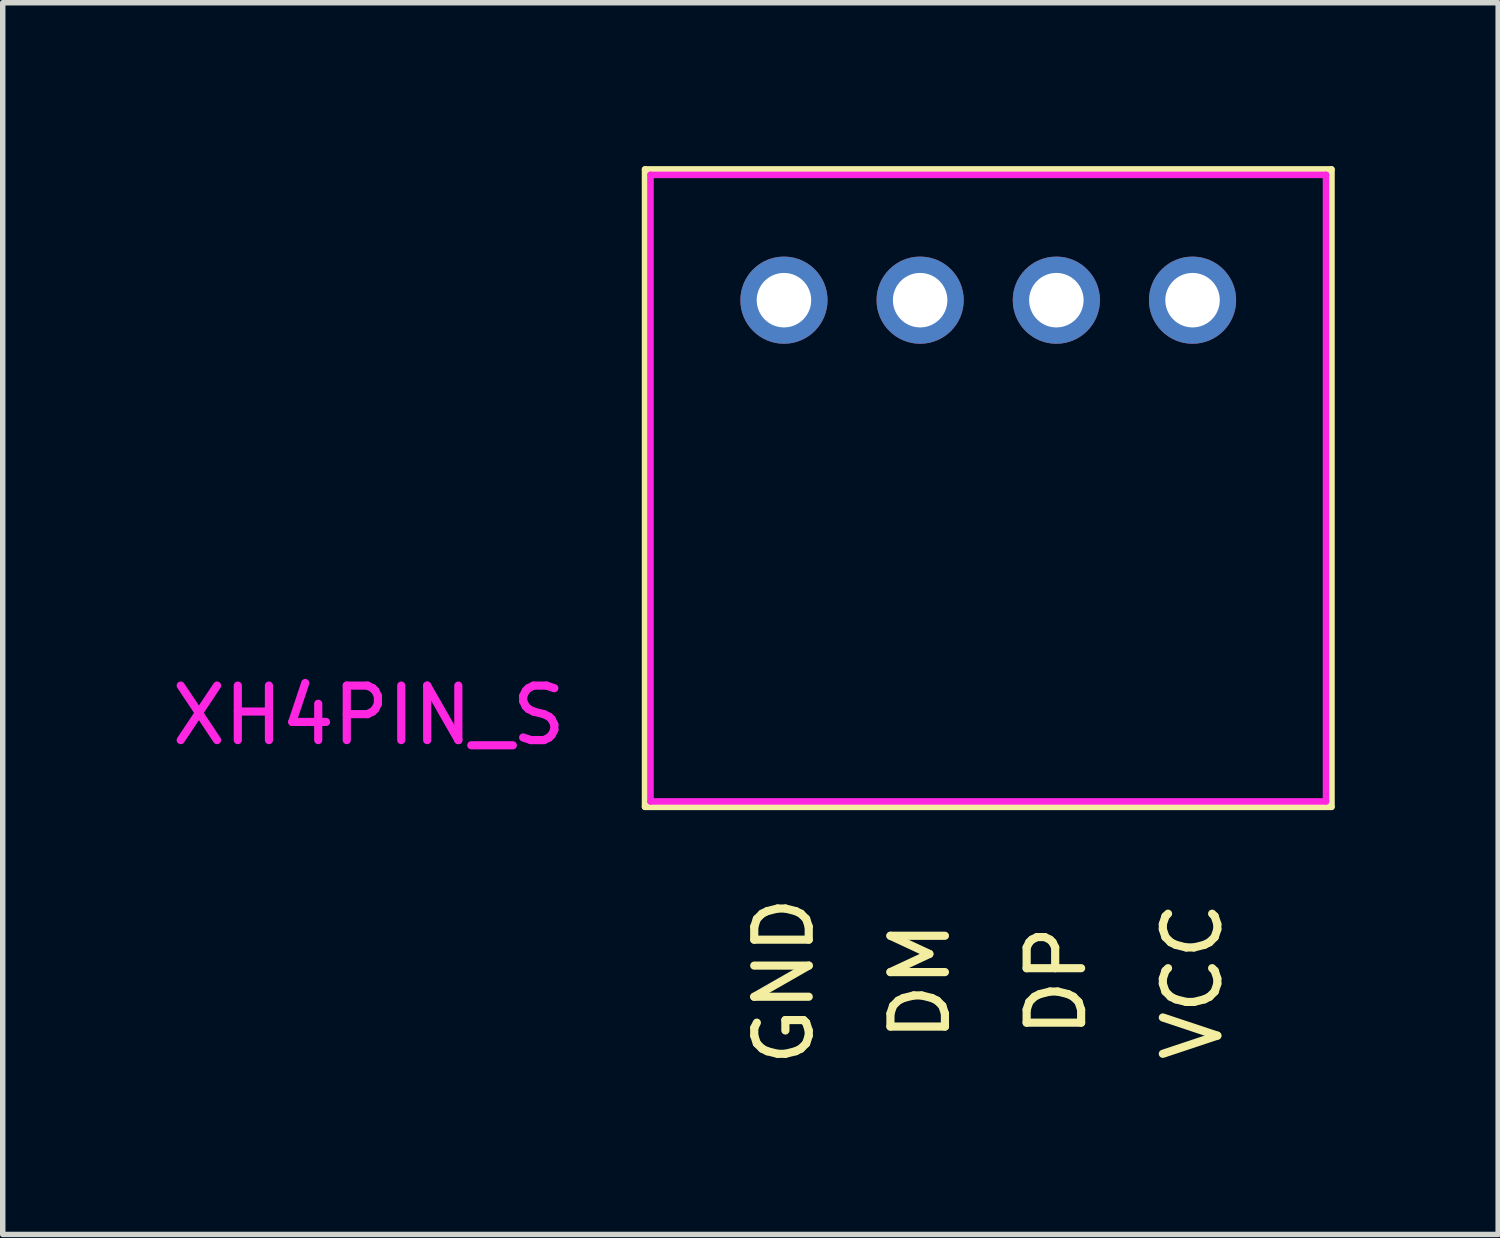
<source format=kicad_pcb>
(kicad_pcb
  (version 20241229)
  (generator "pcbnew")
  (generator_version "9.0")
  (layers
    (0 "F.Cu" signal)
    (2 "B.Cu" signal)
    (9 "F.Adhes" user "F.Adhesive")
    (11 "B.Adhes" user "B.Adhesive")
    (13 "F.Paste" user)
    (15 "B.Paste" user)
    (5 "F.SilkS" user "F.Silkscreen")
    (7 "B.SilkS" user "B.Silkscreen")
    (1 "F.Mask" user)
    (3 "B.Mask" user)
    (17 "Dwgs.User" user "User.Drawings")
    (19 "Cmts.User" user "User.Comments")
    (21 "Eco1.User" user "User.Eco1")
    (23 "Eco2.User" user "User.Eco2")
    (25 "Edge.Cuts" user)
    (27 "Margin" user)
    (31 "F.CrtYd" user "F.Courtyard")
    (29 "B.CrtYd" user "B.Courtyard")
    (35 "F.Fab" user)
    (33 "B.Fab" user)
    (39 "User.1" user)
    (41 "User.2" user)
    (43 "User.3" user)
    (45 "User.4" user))
  (footprint "XH4PIN_S"
    (layer "F.Cu")
    (at 11.34 2.46)
    (property "Reference" "XH4PIN_S" (at -7.62 7.62 0) (layer "F.CrtYd") (effects (font (size 1 1) (thickness 0.15))))
    (attr through_hole)
    (fp_line (start -2.55 -2.4) (end 10.05 -2.4) (stroke (width 0.12) (type solid)) (layer "F.SilkS"))
    (fp_line (start -2.55 9.3) (end -2.55 -2.4) (stroke (width 0.12) (type solid)) (layer "F.SilkS"))
    (fp_line (start 10.05 -2.4) (end 10.05 9.3) (stroke (width 0.12) (type solid)) (layer "F.SilkS"))
    (fp_line (start 10.05 9.3) (end -2.55 9.3) (stroke (width 0.12) (type solid)) (layer "F.SilkS"))
    (fp_line (start -2.45 -2.3) (end 9.95 -2.3) (stroke (width 0.12) (type solid)) (layer "F.CrtYd"))
    (fp_line (start -2.45 9.2) (end -2.45 -2.3) (stroke (width 0.12) (type solid)) (layer "F.CrtYd"))
    (fp_line (start 9.95 -2.3) (end 9.95 9.2) (stroke (width 0.12) (type solid)) (layer "F.CrtYd"))
    (fp_line (start 9.95 9.2) (end -2.45 9.2) (stroke (width 0.12) (type solid)) (layer "F.CrtYd"))
    (fp_text user "VCC" (at 7.5 12.5 90) (layer "F.SilkS") (effects (font (size 1 1) (thickness 0.15))))
    (fp_text user "DM" (at 2.5 12.5 90) (layer "F.SilkS") (effects (font (size 1 1) (thickness 0.15))))
    (fp_text user "DP" (at 5 12.5 90) (layer "F.SilkS") (effects (font (size 1 1) (thickness 0.15))))
    (fp_text user "GND" (at 0 12.5 90) (layer "F.SilkS") (effects (font (size 1 1) (thickness 0.15))))
    (pad "DM" thru_hole circle (at 2.5 0) (size 1.6 1.6) (drill 1) (layers "*.Cu" "*.Mask"))
    (pad "DP" thru_hole circle (at 5 0) (size 1.6 1.6) (drill 1) (layers "*.Cu" "*.Mask"))
    (pad "GND" thru_hole circle (at 0 0) (size 1.6 1.6) (drill 1) (layers "*.Cu" "*.Mask"))
    (pad "VCC" thru_hole circle (at 7.5 0) (size 1.6 1.6) (drill 1) (layers "*.Cu" "*.Mask")))
  (gr_rect
    (start -3 -3)
    (end 24.45 19.609)
    (stroke (width 0.1) (type default))
    (fill no)
    (layer "Edge.Cuts")))
</source>
